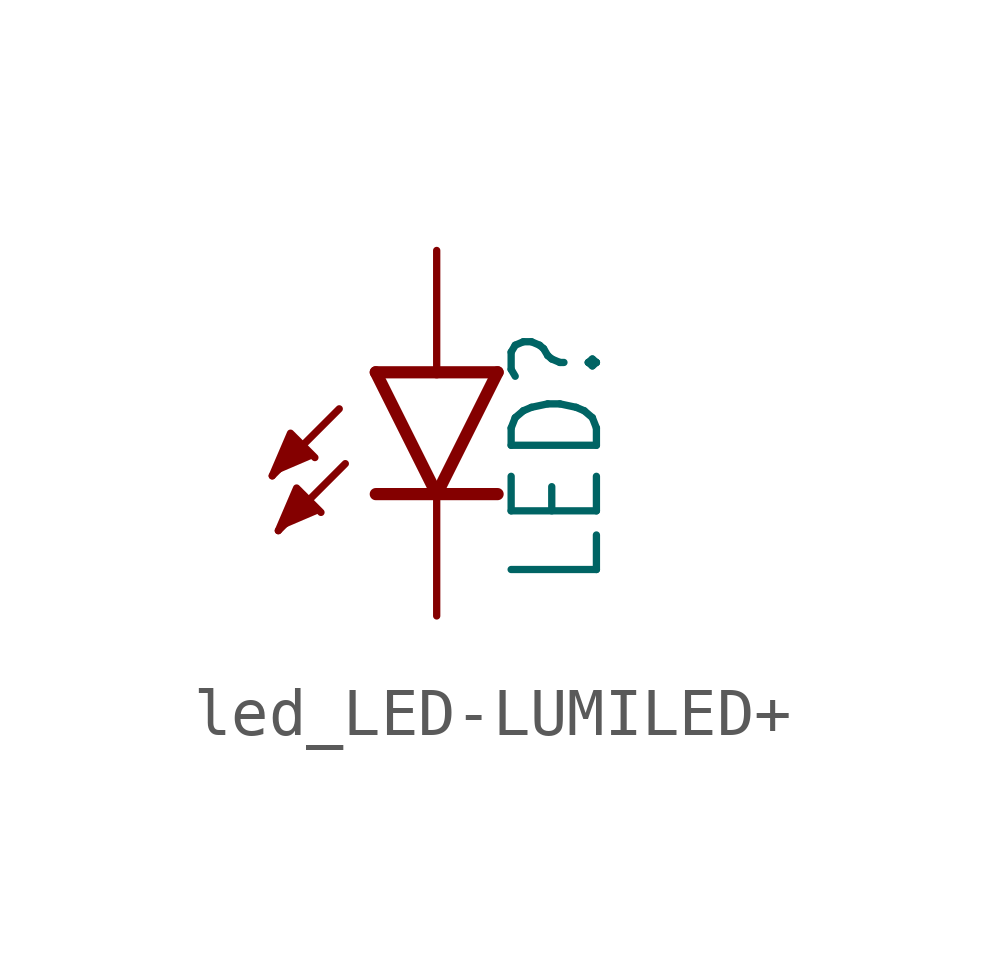
<source format=kicad_sym>
(kicad_symbol_lib
  (version 20231120)
  (generator "kicad_symbol_editor")
  (generator_version "8.0")
  (symbol "led_LED-LUMILED+"
    (property "Reference" "LED"
      (at 3.556 -4.572 90)
      (effects (font (size 1.778 1.511)) (justify left bottom)))
    (property "Value" ""
      (at 5.715 -4.572 90)
      (effects (font (size 1.778 1.511)) (justify left bottom)))
    (property "ki_locked" ""
      (at 0 0 0)
      (effects (font (size 1.27 1.27))))
    (symbol "led_LED-LUMILED+_1_0"
      (polyline (pts (xy -2.032 -0.762) (xy -3.429 -2.159)) (stroke (width 0.152) (type solid)) (fill (type none)))
      (polyline (pts (xy -1.905 -1.905) (xy -3.302 -3.302)) (stroke (width 0.152) (type solid)) (fill (type none)))
      (polyline (pts (xy 0 -2.54) (xy -1.27 -2.54)) (stroke (width 0.254) (type solid)) (fill (type none)))
      (polyline (pts (xy 0 -2.54) (xy -1.27 0)) (stroke (width 0.254) (type solid)) (fill (type none)))
      (polyline (pts (xy 0 0) (xy -1.27 0)) (stroke (width 0.254) (type solid)) (fill (type none)))
      (polyline (pts (xy 1.27 -2.54) (xy 0 -2.54)) (stroke (width 0.254) (type solid)) (fill (type none)))
      (polyline (pts (xy 1.27 0) (xy 0 -2.54)) (stroke (width 0.254) (type solid)) (fill (type none)))
      (polyline (pts (xy 1.27 0) (xy 0 0)) (stroke (width 0.254) (type solid)) (fill (type none)))
      (polyline (pts (xy -3.429 -2.159) (xy -3.048 -1.27) (xy -2.54 -1.778)) (stroke (width 0.152) (type solid)) (fill (type outline)))
      (polyline (pts (xy -3.302 -3.302) (xy -2.921 -2.413) (xy -2.413 -2.921)) (stroke (width 0.152) (type solid)) (fill (type outline)))
      (pin passive line (at 0 2.54 270) (length 2.54) (name "A" (effects (font (size 0 0)))) (number "2+" (effects (font (size 0 0)))))
      (pin passive line (at 0 -5.08 90) (length 2.54) (name "C" (effects (font (size 0 0)))) (number "4-" (effects (font (size 0 0))))))))
</source>
